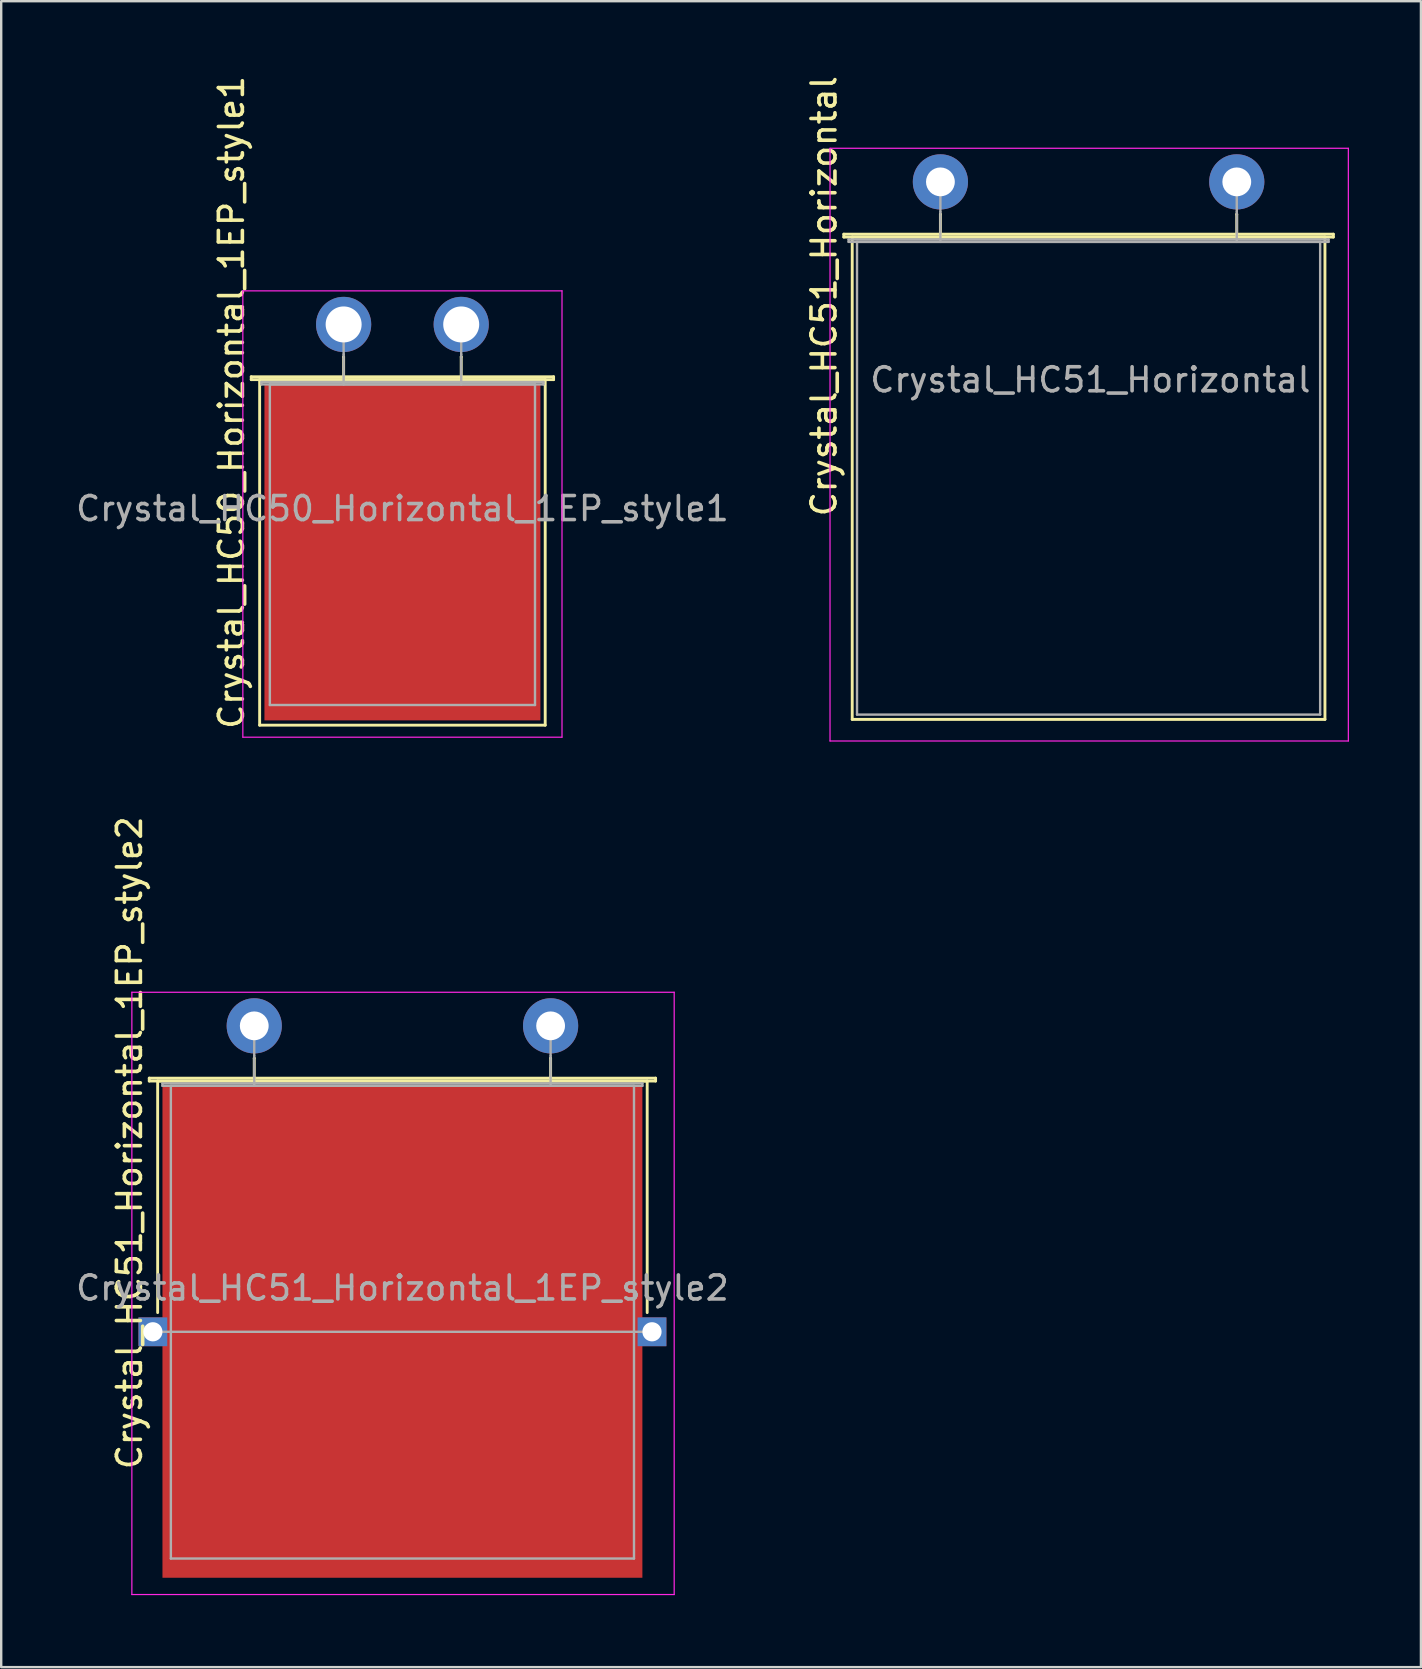
<source format=kicad_pcb>
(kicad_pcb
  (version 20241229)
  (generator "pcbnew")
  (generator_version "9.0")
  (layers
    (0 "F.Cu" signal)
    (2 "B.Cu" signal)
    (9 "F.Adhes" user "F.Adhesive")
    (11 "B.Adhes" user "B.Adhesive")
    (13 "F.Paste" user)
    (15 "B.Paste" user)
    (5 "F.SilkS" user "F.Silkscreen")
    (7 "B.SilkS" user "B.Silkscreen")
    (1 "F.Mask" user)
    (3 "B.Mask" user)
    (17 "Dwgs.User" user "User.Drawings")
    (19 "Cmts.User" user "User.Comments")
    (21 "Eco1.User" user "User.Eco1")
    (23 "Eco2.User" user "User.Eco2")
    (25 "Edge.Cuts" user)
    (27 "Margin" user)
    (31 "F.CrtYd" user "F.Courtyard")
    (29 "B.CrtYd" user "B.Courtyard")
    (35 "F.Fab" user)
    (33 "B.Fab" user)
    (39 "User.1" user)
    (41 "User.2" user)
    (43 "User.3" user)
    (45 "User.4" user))
  (footprint "Crystal_HC51_Horizontal"
    (layer "F.Cu")
    (at 36.139 4.529)
    (property "Reference" "Crystal_HC51_Horizontal" (at -4.85 4.763 90) (layer "F.SilkS") (effects (font (size 1 1) (thickness 0.15))))
    (attr through_hole)
    (fp_line (start -4.025 2.18) (end 16.375 2.18) (stroke (width 0.12) (type solid)) (layer "F.SilkS"))
    (fp_line (start -4.025 2.3) (end -4.025 2.18) (stroke (width 0.12) (type solid)) (layer "F.SilkS"))
    (fp_line (start -3.675 2.3) (end -3.675 22.4) (stroke (width 0.12) (type solid)) (layer "F.SilkS"))
    (fp_line (start -3.675 22.4) (end 16.025 22.4) (stroke (width 0.12) (type solid)) (layer "F.SilkS"))
    (fp_line (start 0 1.35) (end 0 1.35) (stroke (width 0.12) (type solid)) (layer "F.SilkS"))
    (fp_line (start 0 2.3) (end 0 1.35) (stroke (width 0.12) (type solid)) (layer "F.SilkS"))
    (fp_line (start 12.35 1.35) (end 12.35 1.35) (stroke (width 0.12) (type solid)) (layer "F.SilkS"))
    (fp_line (start 12.35 2.3) (end 12.35 1.35) (stroke (width 0.12) (type solid)) (layer "F.SilkS"))
    (fp_line (start 16.025 2.3) (end -3.675 2.3) (stroke (width 0.12) (type solid)) (layer "F.SilkS"))
    (fp_line (start 16.025 22.4) (end 16.025 2.3) (stroke (width 0.12) (type solid)) (layer "F.SilkS"))
    (fp_line (start 16.375 2.18) (end 16.375 2.3) (stroke (width 0.12) (type solid)) (layer "F.SilkS"))
    (fp_line (start 16.375 2.3) (end -4.025 2.3) (stroke (width 0.12) (type solid)) (layer "F.SilkS"))
    (fp_line (start -4.6 -1.4) (end -4.6 23.3) (stroke (width 0.05) (type solid)) (layer "F.CrtYd"))
    (fp_line (start -4.6 23.3) (end 17 23.3) (stroke (width 0.05) (type solid)) (layer "F.CrtYd"))
    (fp_line (start 17 -1.4) (end -4.6 -1.4) (stroke (width 0.05) (type solid)) (layer "F.CrtYd"))
    (fp_line (start 17 23.3) (end 17 -1.4) (stroke (width 0.05) (type solid)) (layer "F.CrtYd"))
    (fp_line (start -3.825 2.4) (end 16.175 2.4) (stroke (width 0.1) (type solid)) (layer "F.Fab"))
    (fp_line (start -3.825 2.5) (end -3.825 2.4) (stroke (width 0.1) (type solid)) (layer "F.Fab"))
    (fp_line (start -3.475 2.5) (end -3.475 22.2) (stroke (width 0.1) (type solid)) (layer "F.Fab"))
    (fp_line (start -3.475 22.2) (end 15.825 22.2) (stroke (width 0.1) (type solid)) (layer "F.Fab"))
    (fp_line (start 0 1.25) (end 0 0) (stroke (width 0.1) (type solid)) (layer "F.Fab"))
    (fp_line (start 0 2.5) (end 0 1.25) (stroke (width 0.1) (type solid)) (layer "F.Fab"))
    (fp_line (start 12.35 1.25) (end 12.35 0) (stroke (width 0.1) (type solid)) (layer "F.Fab"))
    (fp_line (start 12.35 2.5) (end 12.35 1.25) (stroke (width 0.1) (type solid)) (layer "F.Fab"))
    (fp_line (start 15.825 2.5) (end -3.475 2.5) (stroke (width 0.1) (type solid)) (layer "F.Fab"))
    (fp_line (start 15.825 22.2) (end 15.825 2.5) (stroke (width 0.1) (type solid)) (layer "F.Fab"))
    (fp_line (start 16.175 2.4) (end 16.175 2.5) (stroke (width 0.1) (type solid)) (layer "F.Fab"))
    (fp_line (start 16.175 2.5) (end -3.825 2.5) (stroke (width 0.1) (type solid)) (layer "F.Fab"))
    (fp_text user "${REFERENCE}" (at 6.25 8.25 0) (layer "F.Fab") (effects (font (size 1 1) (thickness 0.15))))
    (pad "1" thru_hole circle (at 0 0) (size 2.3 2.3) (drill 1.2) (layers "*.Cu" "*.Mask"))
    (pad "2" thru_hole circle (at 12.35 0) (size 2.3 2.3) (drill 1.2) (layers "*.Cu" "*.Mask")))
  (footprint "Crystal_HC50_Horizontal_1EP_style1"
    (layer "F.Cu")
    (at 11.27 10.47)
    (property "Reference" "Crystal_HC50_Horizontal_1EP_style1" (at -4.675 3.25 90) (layer "F.SilkS") (effects (font (size 1 1) (thickness 0.15))))
    (attr through_hole)
    (fp_line (start -3.85 2.18) (end 8.75 2.18) (stroke (width 0.12) (type solid)) (layer "F.SilkS"))
    (fp_line (start -3.85 2.3) (end -3.85 2.18) (stroke (width 0.12) (type solid)) (layer "F.SilkS"))
    (fp_line (start -3.5 2.3) (end -3.5 16.7) (stroke (width 0.12) (type solid)) (layer "F.SilkS"))
    (fp_line (start -3.5 16.7) (end 8.4 16.7) (stroke (width 0.12) (type solid)) (layer "F.SilkS"))
    (fp_line (start 0 1.35) (end 0 1.35) (stroke (width 0.12) (type solid)) (layer "F.SilkS"))
    (fp_line (start 0 2.3) (end 0 1.35) (stroke (width 0.12) (type solid)) (layer "F.SilkS"))
    (fp_line (start 4.9 1.35) (end 4.9 1.35) (stroke (width 0.12) (type solid)) (layer "F.SilkS"))
    (fp_line (start 4.9 2.3) (end 4.9 1.35) (stroke (width 0.12) (type solid)) (layer "F.SilkS"))
    (fp_line (start 8.4 2.3) (end -3.5 2.3) (stroke (width 0.12) (type solid)) (layer "F.SilkS"))
    (fp_line (start 8.4 16.7) (end 8.4 2.3) (stroke (width 0.12) (type solid)) (layer "F.SilkS"))
    (fp_line (start 8.75 2.18) (end 8.75 2.3) (stroke (width 0.12) (type solid)) (layer "F.SilkS"))
    (fp_line (start 8.75 2.3) (end -3.85 2.3) (stroke (width 0.12) (type solid)) (layer "F.SilkS"))
    (fp_line (start -4.2 -1.4) (end -4.2 17.2) (stroke (width 0.05) (type solid)) (layer "F.CrtYd"))
    (fp_line (start -4.2 17.2) (end 9.1 17.2) (stroke (width 0.05) (type solid)) (layer "F.CrtYd"))
    (fp_line (start 9.1 -1.4) (end -4.2 -1.4) (stroke (width 0.05) (type solid)) (layer "F.CrtYd"))
    (fp_line (start 9.1 17.2) (end 9.1 -1.4) (stroke (width 0.05) (type solid)) (layer "F.CrtYd"))
    (fp_line (start -3.425 2.4) (end 8.325 2.4) (stroke (width 0.1) (type solid)) (layer "F.Fab"))
    (fp_line (start -3.425 2.5) (end -3.425 2.4) (stroke (width 0.1) (type solid)) (layer "F.Fab"))
    (fp_line (start -3.075 2.5) (end -3.075 15.86) (stroke (width 0.1) (type solid)) (layer "F.Fab"))
    (fp_line (start -3.075 15.86) (end 7.975 15.86) (stroke (width 0.1) (type solid)) (layer "F.Fab"))
    (fp_line (start 0 1.25) (end 0 0) (stroke (width 0.1) (type solid)) (layer "F.Fab"))
    (fp_line (start 0 2.5) (end 0 1.25) (stroke (width 0.1) (type solid)) (layer "F.Fab"))
    (fp_line (start 4.9 1.25) (end 4.9 0) (stroke (width 0.1) (type solid)) (layer "F.Fab"))
    (fp_line (start 4.9 2.5) (end 4.9 1.25) (stroke (width 0.1) (type solid)) (layer "F.Fab"))
    (fp_line (start 7.975 2.5) (end -3.075 2.5) (stroke (width 0.1) (type solid)) (layer "F.Fab"))
    (fp_line (start 7.975 15.86) (end 7.975 2.5) (stroke (width 0.1) (type solid)) (layer "F.Fab"))
    (fp_line (start 8.325 2.4) (end 8.325 2.5) (stroke (width 0.1) (type solid)) (layer "F.Fab"))
    (fp_line (start 8.325 2.5) (end -3.425 2.5) (stroke (width 0.1) (type solid)) (layer "F.Fab"))
    (fp_text user "${REFERENCE}" (at 2.45 7.675 0) (layer "F.Fab") (effects (font (size 1 1) (thickness 0.15))))
    (pad "1" thru_hole circle (at 0 0) (size 2.3 2.3) (drill 1.5) (layers "*.Cu" "*.Mask"))
    (pad "2" thru_hole circle (at 4.9 0) (size 2.3 2.3) (drill 1.5) (layers "*.Cu" "*.Mask"))
    (pad "3" smd rect (at 2.45 9.5) (size 11.5 14) (layers "F.Cu" "F.Mask" "F.Paste")))
  (footprint "Crystal_HC51_Horizontal_1EP_style2"
    (layer "F.Cu")
    (at 7.545 39.699)
    (property "Reference" "Crystal_HC51_Horizontal_1EP_style2" (at -5.2 4.875 90) (layer "F.SilkS") (effects (font (size 1 1) (thickness 0.15))))
    (attr through_hole)
    (fp_line (start -4.375 2.18) (end 16.725 2.18) (stroke (width 0.12) (type solid)) (layer "F.SilkS"))
    (fp_line (start -4.375 2.3) (end -4.375 2.18) (stroke (width 0.12) (type solid)) (layer "F.SilkS"))
    (fp_line (start -4.025 2.3) (end 16.375 2.3) (stroke (width 0.12) (type solid)) (layer "F.SilkS"))
    (fp_line (start -4.025 11.95) (end -4.025 2.3) (stroke (width 0.12) (type solid)) (layer "F.SilkS"))
    (fp_line (start 0 1.35) (end 0 1.35) (stroke (width 0.12) (type solid)) (layer "F.SilkS"))
    (fp_line (start 0 2.3) (end 0 1.35) (stroke (width 0.12) (type solid)) (layer "F.SilkS"))
    (fp_line (start 12.35 1.35) (end 12.35 1.35) (stroke (width 0.12) (type solid)) (layer "F.SilkS"))
    (fp_line (start 12.35 2.3) (end 12.35 1.35) (stroke (width 0.12) (type solid)) (layer "F.SilkS"))
    (fp_line (start 16.375 2.3) (end 16.375 11.95) (stroke (width 0.12) (type solid)) (layer "F.SilkS"))
    (fp_line (start 16.725 2.18) (end 16.725 2.3) (stroke (width 0.12) (type solid)) (layer "F.SilkS"))
    (fp_line (start 16.725 2.3) (end -4.375 2.3) (stroke (width 0.12) (type solid)) (layer "F.SilkS"))
    (fp_line (start -5.1 -1.4) (end -5.1 23.7) (stroke (width 0.05) (type solid)) (layer "F.CrtYd"))
    (fp_line (start -5.1 23.7) (end 17.5 23.7) (stroke (width 0.05) (type solid)) (layer "F.CrtYd"))
    (fp_line (start 17.5 -1.4) (end -5.1 -1.4) (stroke (width 0.05) (type solid)) (layer "F.CrtYd"))
    (fp_line (start 17.5 23.7) (end 17.5 -1.4) (stroke (width 0.05) (type solid)) (layer "F.CrtYd"))
    (fp_line (start -4.225 12.75) (end 16.575 12.75) (stroke (width 0.1) (type solid)) (layer "F.Fab"))
    (fp_line (start -3.825 2.4) (end 16.175 2.4) (stroke (width 0.1) (type solid)) (layer "F.Fab"))
    (fp_line (start -3.825 2.5) (end -3.825 2.4) (stroke (width 0.1) (type solid)) (layer "F.Fab"))
    (fp_line (start -3.475 2.5) (end -3.475 22.2) (stroke (width 0.1) (type solid)) (layer "F.Fab"))
    (fp_line (start -3.475 22.2) (end 15.825 22.2) (stroke (width 0.1) (type solid)) (layer "F.Fab"))
    (fp_line (start 0 1.25) (end 0 0) (stroke (width 0.1) (type solid)) (layer "F.Fab"))
    (fp_line (start 0 2.5) (end 0 1.25) (stroke (width 0.1) (type solid)) (layer "F.Fab"))
    (fp_line (start 12.35 1.25) (end 12.35 0) (stroke (width 0.1) (type solid)) (layer "F.Fab"))
    (fp_line (start 12.35 2.5) (end 12.35 1.25) (stroke (width 0.1) (type solid)) (layer "F.Fab"))
    (fp_line (start 15.825 2.5) (end -3.475 2.5) (stroke (width 0.1) (type solid)) (layer "F.Fab"))
    (fp_line (start 15.825 22.2) (end 15.825 2.5) (stroke (width 0.1) (type solid)) (layer "F.Fab"))
    (fp_line (start 16.175 2.4) (end 16.175 2.5) (stroke (width 0.1) (type solid)) (layer "F.Fab"))
    (fp_line (start 16.175 2.5) (end -3.825 2.5) (stroke (width 0.1) (type solid)) (layer "F.Fab"))
    (fp_text user "${REFERENCE}" (at 6.175 10.925 0) (layer "F.Fab") (effects (font (size 1 1) (thickness 0.15))))
    (pad "1" thru_hole circle (at 0 0) (size 2.3 2.3) (drill 1.2) (layers "*.Cu" "*.Mask"))
    (pad "2" thru_hole circle (at 12.35 0) (size 2.3 2.3) (drill 1.2) (layers "*.Cu" "*.Mask"))
    (pad "3" thru_hole rect (at -4.225 12.75) (size 1.2 1.2) (drill 0.8) (layers "*.Cu" "*.Mask"))
    (pad "3" smd rect (at 6.175 12.75) (size 20 20.5) (layers "F.Cu" "F.Mask" "F.Paste"))
    (pad "3" thru_hole rect (at 16.575 12.75) (size 1.2 1.2) (drill 0.8) (layers "*.Cu" "*.Mask")))
  (gr_rect
    (start -3 -3)
    (end 56.164 66.424)
    (stroke (width 0.1) (type default))
    (fill no)
    (layer "Edge.Cuts")))
</source>
